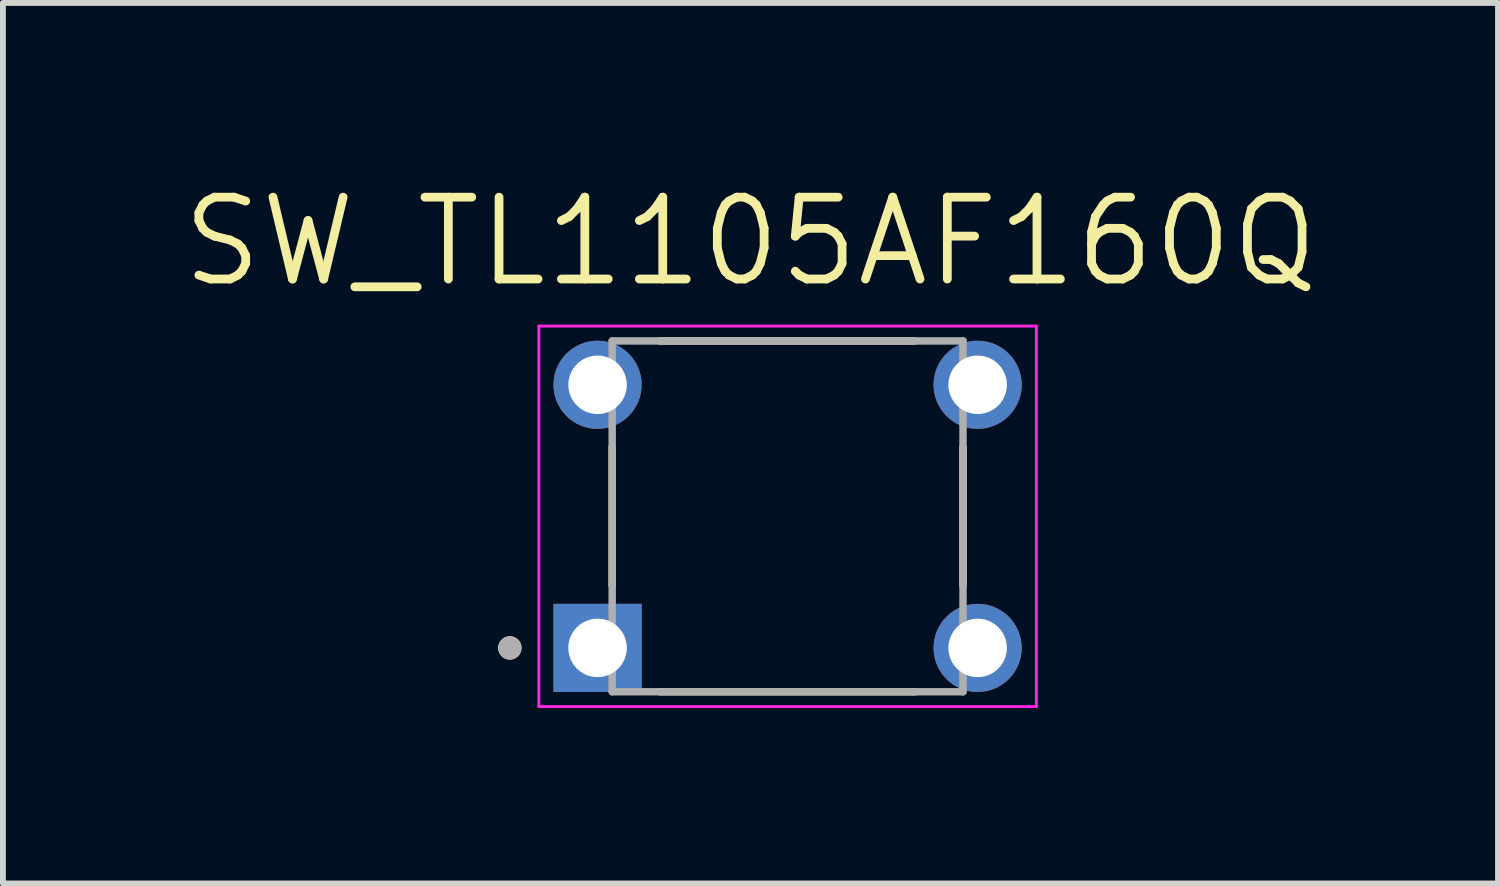
<source format=kicad_pcb>
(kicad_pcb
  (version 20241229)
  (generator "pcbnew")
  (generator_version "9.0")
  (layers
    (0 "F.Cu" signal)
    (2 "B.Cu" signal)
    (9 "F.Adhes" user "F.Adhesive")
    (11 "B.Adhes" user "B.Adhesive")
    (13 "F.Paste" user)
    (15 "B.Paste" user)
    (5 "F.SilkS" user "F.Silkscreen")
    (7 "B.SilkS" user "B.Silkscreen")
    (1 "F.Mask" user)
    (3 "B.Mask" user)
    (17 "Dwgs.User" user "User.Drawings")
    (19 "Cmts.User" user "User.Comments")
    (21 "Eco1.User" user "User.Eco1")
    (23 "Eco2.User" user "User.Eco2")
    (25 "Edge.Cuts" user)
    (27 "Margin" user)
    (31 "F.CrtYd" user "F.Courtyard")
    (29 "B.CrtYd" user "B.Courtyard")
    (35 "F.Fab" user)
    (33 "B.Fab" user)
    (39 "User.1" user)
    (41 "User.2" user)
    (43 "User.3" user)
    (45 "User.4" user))
  (footprint "SW_TL1105AF160Q"
    (layer "F.Cu")
    (at 10.42 5.781)
    (property "Reference" "SW_TL1105AF160Q" (at -0.635 -4.699 0) (layer "F.SilkS") (effects (font (size 1.4 1.4) (thickness 0.15))))
    (attr through_hole)
    (fp_line (start -3 -1.183) (end -3 1.183) (stroke (width 0.127) (type solid)) (layer "F.SilkS"))
    (fp_line (start -2.183 -3) (end 2.183 -3) (stroke (width 0.127) (type solid)) (layer "F.SilkS"))
    (fp_line (start -2.183 3) (end 2.183 3) (stroke (width 0.127) (type solid)) (layer "F.SilkS"))
    (fp_line (start 3 -1.183) (end 3 1.183) (stroke (width 0.127) (type solid)) (layer "F.SilkS"))
    (fp_circle (center -4.75 2.25) (end -4.65 2.25) (stroke (width 0.2) (type solid)) (fill no) (layer "F.SilkS"))
    (fp_line (start -4.254 -3.254) (end -4.254 3.254) (stroke (width 0.05) (type solid)) (layer "F.CrtYd"))
    (fp_line (start -4.254 3.254) (end 4.254 3.254) (stroke (width 0.05) (type solid)) (layer "F.CrtYd"))
    (fp_line (start 4.254 -3.254) (end -4.254 -3.254) (stroke (width 0.05) (type solid)) (layer "F.CrtYd"))
    (fp_line (start 4.254 3.254) (end 4.254 -3.254) (stroke (width 0.05) (type solid)) (layer "F.CrtYd"))
    (fp_line (start -3 -3) (end 3 -3) (stroke (width 0.127) (type solid)) (layer "F.Fab"))
    (fp_line (start -3 3) (end -3 -3) (stroke (width 0.127) (type solid)) (layer "F.Fab"))
    (fp_line (start 3 -3) (end 3 3) (stroke (width 0.127) (type solid)) (layer "F.Fab"))
    (fp_line (start 3 3) (end -3 3) (stroke (width 0.127) (type solid)) (layer "F.Fab"))
    (fp_circle (center -4.75 2.25) (end -4.65 2.25) (stroke (width 0.2) (type solid)) (fill no) (layer "F.Fab"))
    (pad "1" thru_hole rect (at -3.25 2.25) (size 1.508 1.508) (drill 1) (layers "*.Cu" "*.Mask"))
    (pad "2" thru_hole circle (at 3.25 2.25) (size 1.508 1.508) (drill 1) (layers "*.Cu" "*.Mask"))
    (pad "3" thru_hole circle (at -3.25 -2.25) (size 1.508 1.508) (drill 1) (layers "*.Cu" "*.Mask"))
    (pad "4" thru_hole circle (at 3.25 -2.25) (size 1.508 1.508) (drill 1) (layers "*.Cu" "*.Mask")))
  (gr_rect
    (start -3 -3)
    (end 22.57 12.06)
    (stroke (width 0.1) (type default))
    (fill no)
    (layer "Edge.Cuts")))
</source>
